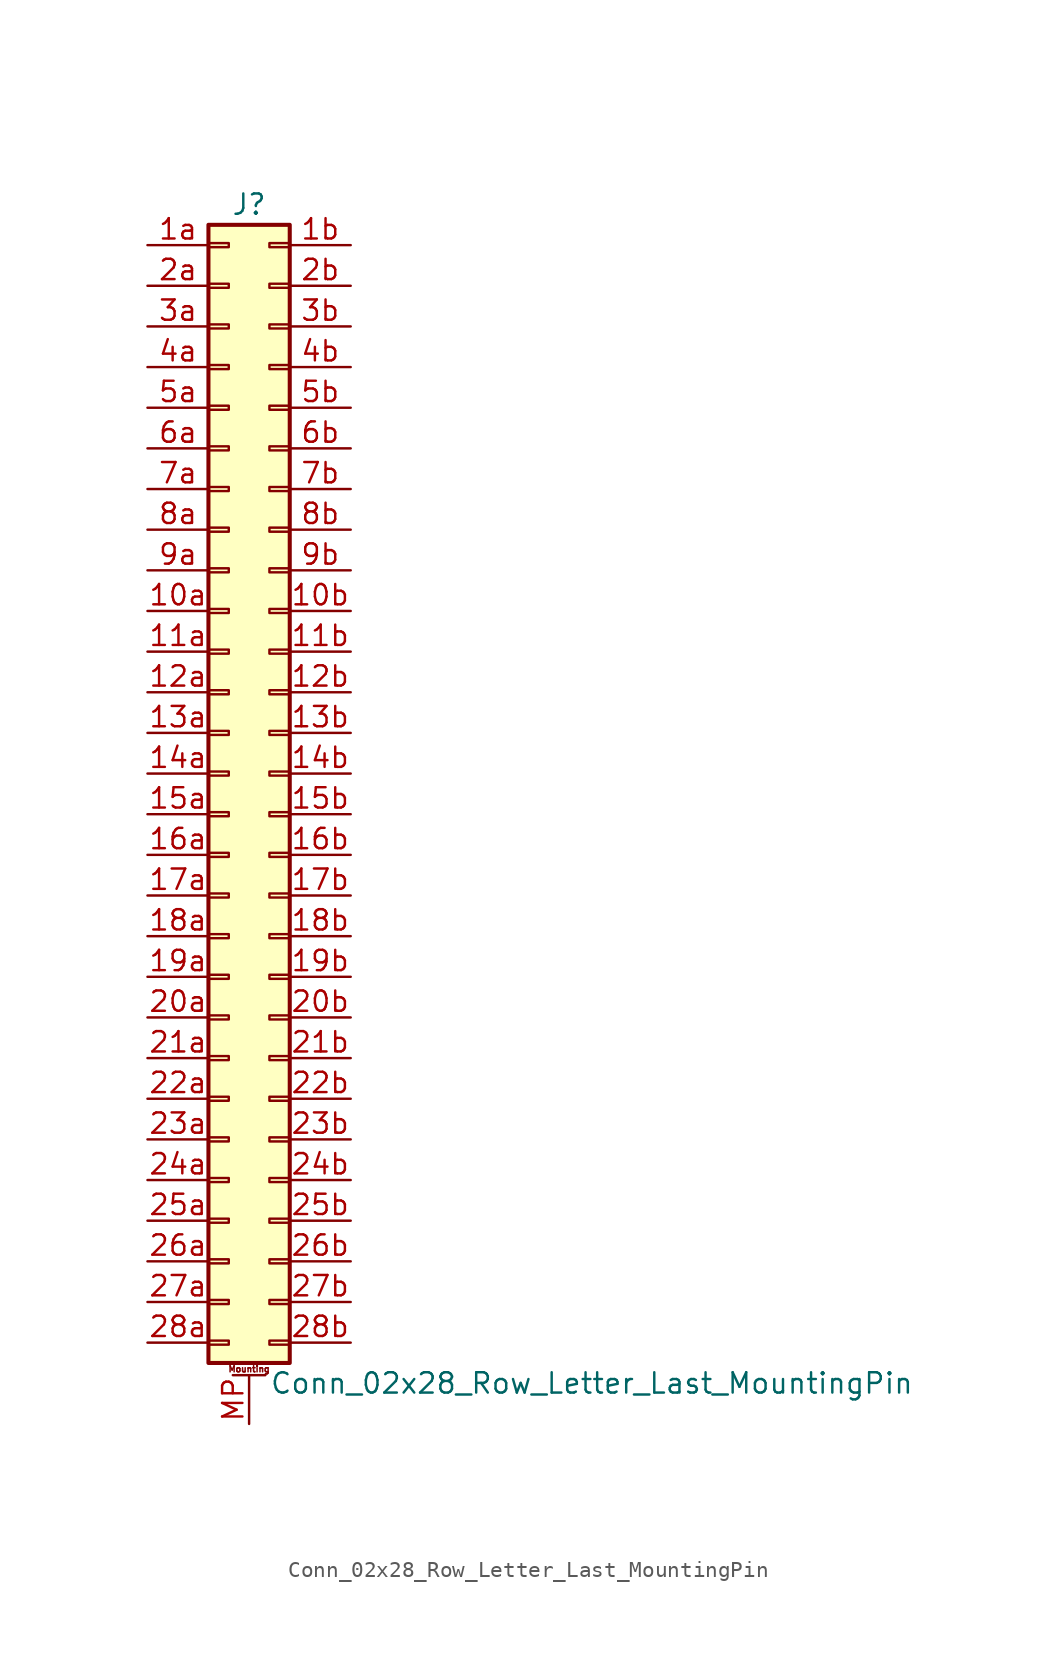
<source format=kicad_sym>
(kicad_symbol_lib
  (version 20201005)
  (generator kicad_symbol_editor)
  (symbol "Conn_02x28_Row_Letter_Last_MountingPin"
    (pin_names
      (offset 1.016) hide)
    (property "Reference" "J"
      (at 1.27 35.56 0)
      (effects (font (size 1.27 1.27))))
    (property "Value" "Conn_02x28_Row_Letter_Last_MountingPin"
      (at 2.54 -38.1 0)
      (effects (font (size 1.27 1.27)) (justify left)))
    (symbol "Conn_02x28_Row_Letter_Last_MountingPin_1_1"
      (text "Mounting" (at 1.27 -37.211 0) (effects (font (size 0.381 0.381))))
      (rectangle (start -1.27 -35.433) (end 0 -35.687) (stroke (width 0.152)) (fill (type none)))
      (rectangle (start -1.27 -32.893) (end 0 -33.147) (stroke (width 0.152)) (fill (type none)))
      (rectangle (start -1.27 -30.353) (end 0 -30.607) (stroke (width 0.152)) (fill (type none)))
      (rectangle (start -1.27 -27.813) (end 0 -28.067) (stroke (width 0.152)) (fill (type none)))
      (rectangle (start -1.27 -25.273) (end 0 -25.527) (stroke (width 0.152)) (fill (type none)))
      (rectangle (start -1.27 -22.733) (end 0 -22.987) (stroke (width 0.152)) (fill (type none)))
      (rectangle (start -1.27 -20.193) (end 0 -20.447) (stroke (width 0.152)) (fill (type none)))
      (rectangle (start -1.27 -17.653) (end 0 -17.907) (stroke (width 0.152)) (fill (type none)))
      (rectangle (start -1.27 -15.113) (end 0 -15.367) (stroke (width 0.152)) (fill (type none)))
      (rectangle (start -1.27 -12.573) (end 0 -12.827) (stroke (width 0.152)) (fill (type none)))
      (rectangle (start -1.27 -10.033) (end 0 -10.287) (stroke (width 0.152)) (fill (type none)))
      (rectangle (start -1.27 -7.493) (end 0 -7.747) (stroke (width 0.152)) (fill (type none)))
      (rectangle (start -1.27 -4.953) (end 0 -5.207) (stroke (width 0.152)) (fill (type none)))
      (rectangle (start -1.27 -2.413) (end 0 -2.667) (stroke (width 0.152)) (fill (type none)))
      (rectangle (start -1.27 0.127) (end 0 -0.127) (stroke (width 0.152)) (fill (type none)))
      (rectangle (start -1.27 2.667) (end 0 2.413) (stroke (width 0.152)) (fill (type none)))
      (rectangle (start -1.27 5.207) (end 0 4.953) (stroke (width 0.152)) (fill (type none)))
      (rectangle (start -1.27 7.747) (end 0 7.493) (stroke (width 0.152)) (fill (type none)))
      (rectangle (start -1.27 10.287) (end 0 10.033) (stroke (width 0.152)) (fill (type none)))
      (rectangle (start -1.27 12.827) (end 0 12.573) (stroke (width 0.152)) (fill (type none)))
      (rectangle (start -1.27 15.367) (end 0 15.113) (stroke (width 0.152)) (fill (type none)))
      (rectangle (start -1.27 17.907) (end 0 17.653) (stroke (width 0.152)) (fill (type none)))
      (rectangle (start -1.27 20.447) (end 0 20.193) (stroke (width 0.152)) (fill (type none)))
      (rectangle (start -1.27 22.987) (end 0 22.733) (stroke (width 0.152)) (fill (type none)))
      (rectangle (start -1.27 25.527) (end 0 25.273) (stroke (width 0.152)) (fill (type none)))
      (rectangle (start -1.27 28.067) (end 0 27.813) (stroke (width 0.152)) (fill (type none)))
      (rectangle (start -1.27 30.607) (end 0 30.353) (stroke (width 0.152)) (fill (type none)))
      (rectangle (start -1.27 33.147) (end 0 32.893) (stroke (width 0.152)) (fill (type none)))
      (rectangle (start 3.81 -35.433) (end 2.54 -35.687) (stroke (width 0.152)) (fill (type none)))
      (rectangle (start 3.81 -32.893) (end 2.54 -33.147) (stroke (width 0.152)) (fill (type none)))
      (rectangle (start 3.81 -30.353) (end 2.54 -30.607) (stroke (width 0.152)) (fill (type none)))
      (rectangle (start 3.81 -27.813) (end 2.54 -28.067) (stroke (width 0.152)) (fill (type none)))
      (rectangle (start 3.81 -25.273) (end 2.54 -25.527) (stroke (width 0.152)) (fill (type none)))
      (rectangle (start 3.81 -22.733) (end 2.54 -22.987) (stroke (width 0.152)) (fill (type none)))
      (rectangle (start 3.81 -20.193) (end 2.54 -20.447) (stroke (width 0.152)) (fill (type none)))
      (rectangle (start 3.81 -17.653) (end 2.54 -17.907) (stroke (width 0.152)) (fill (type none)))
      (rectangle (start 3.81 -15.113) (end 2.54 -15.367) (stroke (width 0.152)) (fill (type none)))
      (rectangle (start 3.81 -12.573) (end 2.54 -12.827) (stroke (width 0.152)) (fill (type none)))
      (rectangle (start 3.81 -10.033) (end 2.54 -10.287) (stroke (width 0.152)) (fill (type none)))
      (rectangle (start 3.81 -7.493) (end 2.54 -7.747) (stroke (width 0.152)) (fill (type none)))
      (rectangle (start 3.81 -4.953) (end 2.54 -5.207) (stroke (width 0.152)) (fill (type none)))
      (rectangle (start 3.81 -2.413) (end 2.54 -2.667) (stroke (width 0.152)) (fill (type none)))
      (rectangle (start 3.81 0.127) (end 2.54 -0.127) (stroke (width 0.152)) (fill (type none)))
      (rectangle (start 3.81 2.667) (end 2.54 2.413) (stroke (width 0.152)) (fill (type none)))
      (rectangle (start 3.81 5.207) (end 2.54 4.953) (stroke (width 0.152)) (fill (type none)))
      (rectangle (start 3.81 7.747) (end 2.54 7.493) (stroke (width 0.152)) (fill (type none)))
      (rectangle (start 3.81 10.287) (end 2.54 10.033) (stroke (width 0.152)) (fill (type none)))
      (rectangle (start 3.81 12.827) (end 2.54 12.573) (stroke (width 0.152)) (fill (type none)))
      (rectangle (start 3.81 15.367) (end 2.54 15.113) (stroke (width 0.152)) (fill (type none)))
      (rectangle (start 3.81 17.907) (end 2.54 17.653) (stroke (width 0.152)) (fill (type none)))
      (rectangle (start 3.81 20.447) (end 2.54 20.193) (stroke (width 0.152)) (fill (type none)))
      (rectangle (start 3.81 22.987) (end 2.54 22.733) (stroke (width 0.152)) (fill (type none)))
      (rectangle (start 3.81 25.527) (end 2.54 25.273) (stroke (width 0.152)) (fill (type none)))
      (rectangle (start 3.81 28.067) (end 2.54 27.813) (stroke (width 0.152)) (fill (type none)))
      (rectangle (start 3.81 30.607) (end 2.54 30.353) (stroke (width 0.152)) (fill (type none)))
      (rectangle (start 3.81 33.147) (end 2.54 32.893) (stroke (width 0.152)) (fill (type none)))
      (rectangle (start -1.27 34.29) (end 3.81 -36.83) (stroke (width 0.254)) (fill (type background)))
      (polyline (pts (xy 0.254 -37.592) (xy 2.286 -37.592)) (stroke (width 0.152)) (fill (type none)))
      (pin passive line (at -5.08 10.16 0) (length 3.81) (name "Pin_10a" (effects (font (size 1.27 1.27)))) (number "10a" (effects (font (size 1.27 1.27)))))
      (pin passive line (at 7.62 10.16 180) (length 3.81) (name "Pin_10b" (effects (font (size 1.27 1.27)))) (number "10b" (effects (font (size 1.27 1.27)))))
      (pin passive line (at -5.08 7.62 0) (length 3.81) (name "Pin_11a" (effects (font (size 1.27 1.27)))) (number "11a" (effects (font (size 1.27 1.27)))))
      (pin passive line (at 7.62 7.62 180) (length 3.81) (name "Pin_11b" (effects (font (size 1.27 1.27)))) (number "11b" (effects (font (size 1.27 1.27)))))
      (pin passive line (at -5.08 5.08 0) (length 3.81) (name "Pin_12a" (effects (font (size 1.27 1.27)))) (number "12a" (effects (font (size 1.27 1.27)))))
      (pin passive line (at 7.62 5.08 180) (length 3.81) (name "Pin_12b" (effects (font (size 1.27 1.27)))) (number "12b" (effects (font (size 1.27 1.27)))))
      (pin passive line (at -5.08 2.54 0) (length 3.81) (name "Pin_13a" (effects (font (size 1.27 1.27)))) (number "13a" (effects (font (size 1.27 1.27)))))
      (pin passive line (at 7.62 2.54 180) (length 3.81) (name "Pin_13b" (effects (font (size 1.27 1.27)))) (number "13b" (effects (font (size 1.27 1.27)))))
      (pin passive line (at -5.08 0 0) (length 3.81) (name "Pin_14a" (effects (font (size 1.27 1.27)))) (number "14a" (effects (font (size 1.27 1.27)))))
      (pin passive line (at 7.62 0 180) (length 3.81) (name "Pin_14b" (effects (font (size 1.27 1.27)))) (number "14b" (effects (font (size 1.27 1.27)))))
      (pin passive line (at -5.08 -2.54 0) (length 3.81) (name "Pin_15a" (effects (font (size 1.27 1.27)))) (number "15a" (effects (font (size 1.27 1.27)))))
      (pin passive line (at 7.62 -2.54 180) (length 3.81) (name "Pin_15b" (effects (font (size 1.27 1.27)))) (number "15b" (effects (font (size 1.27 1.27)))))
      (pin passive line (at -5.08 -5.08 0) (length 3.81) (name "Pin_16a" (effects (font (size 1.27 1.27)))) (number "16a" (effects (font (size 1.27 1.27)))))
      (pin passive line (at 7.62 -5.08 180) (length 3.81) (name "Pin_16b" (effects (font (size 1.27 1.27)))) (number "16b" (effects (font (size 1.27 1.27)))))
      (pin passive line (at -5.08 -7.62 0) (length 3.81) (name "Pin_17a" (effects (font (size 1.27 1.27)))) (number "17a" (effects (font (size 1.27 1.27)))))
      (pin passive line (at 7.62 -7.62 180) (length 3.81) (name "Pin_17b" (effects (font (size 1.27 1.27)))) (number "17b" (effects (font (size 1.27 1.27)))))
      (pin passive line (at -5.08 -10.16 0) (length 3.81) (name "Pin_18a" (effects (font (size 1.27 1.27)))) (number "18a" (effects (font (size 1.27 1.27)))))
      (pin passive line (at 7.62 -10.16 180) (length 3.81) (name "Pin_18b" (effects (font (size 1.27 1.27)))) (number "18b" (effects (font (size 1.27 1.27)))))
      (pin passive line (at -5.08 -12.7 0) (length 3.81) (name "Pin_19a" (effects (font (size 1.27 1.27)))) (number "19a" (effects (font (size 1.27 1.27)))))
      (pin passive line (at 7.62 -12.7 180) (length 3.81) (name "Pin_19b" (effects (font (size 1.27 1.27)))) (number "19b" (effects (font (size 1.27 1.27)))))
      (pin passive line (at -5.08 33.02 0) (length 3.81) (name "Pin_1a" (effects (font (size 1.27 1.27)))) (number "1a" (effects (font (size 1.27 1.27)))))
      (pin passive line (at 7.62 33.02 180) (length 3.81) (name "Pin_1b" (effects (font (size 1.27 1.27)))) (number "1b" (effects (font (size 1.27 1.27)))))
      (pin passive line (at -5.08 -15.24 0) (length 3.81) (name "Pin_20a" (effects (font (size 1.27 1.27)))) (number "20a" (effects (font (size 1.27 1.27)))))
      (pin passive line (at 7.62 -15.24 180) (length 3.81) (name "Pin_20b" (effects (font (size 1.27 1.27)))) (number "20b" (effects (font (size 1.27 1.27)))))
      (pin passive line (at -5.08 -17.78 0) (length 3.81) (name "Pin_21a" (effects (font (size 1.27 1.27)))) (number "21a" (effects (font (size 1.27 1.27)))))
      (pin passive line (at 7.62 -17.78 180) (length 3.81) (name "Pin_21b" (effects (font (size 1.27 1.27)))) (number "21b" (effects (font (size 1.27 1.27)))))
      (pin passive line (at -5.08 -20.32 0) (length 3.81) (name "Pin_22a" (effects (font (size 1.27 1.27)))) (number "22a" (effects (font (size 1.27 1.27)))))
      (pin passive line (at 7.62 -20.32 180) (length 3.81) (name "Pin_22b" (effects (font (size 1.27 1.27)))) (number "22b" (effects (font (size 1.27 1.27)))))
      (pin passive line (at -5.08 -22.86 0) (length 3.81) (name "Pin_23a" (effects (font (size 1.27 1.27)))) (number "23a" (effects (font (size 1.27 1.27)))))
      (pin passive line (at 7.62 -22.86 180) (length 3.81) (name "Pin_23b" (effects (font (size 1.27 1.27)))) (number "23b" (effects (font (size 1.27 1.27)))))
      (pin passive line (at -5.08 -25.4 0) (length 3.81) (name "Pin_24a" (effects (font (size 1.27 1.27)))) (number "24a" (effects (font (size 1.27 1.27)))))
      (pin passive line (at 7.62 -25.4 180) (length 3.81) (name "Pin_24b" (effects (font (size 1.27 1.27)))) (number "24b" (effects (font (size 1.27 1.27)))))
      (pin passive line (at -5.08 -27.94 0) (length 3.81) (name "Pin_25a" (effects (font (size 1.27 1.27)))) (number "25a" (effects (font (size 1.27 1.27)))))
      (pin passive line (at 7.62 -27.94 180) (length 3.81) (name "Pin_25b" (effects (font (size 1.27 1.27)))) (number "25b" (effects (font (size 1.27 1.27)))))
      (pin passive line (at -5.08 -30.48 0) (length 3.81) (name "Pin_26a" (effects (font (size 1.27 1.27)))) (number "26a" (effects (font (size 1.27 1.27)))))
      (pin passive line (at 7.62 -30.48 180) (length 3.81) (name "Pin_26b" (effects (font (size 1.27 1.27)))) (number "26b" (effects (font (size 1.27 1.27)))))
      (pin passive line (at -5.08 -33.02 0) (length 3.81) (name "Pin_27a" (effects (font (size 1.27 1.27)))) (number "27a" (effects (font (size 1.27 1.27)))))
      (pin passive line (at 7.62 -33.02 180) (length 3.81) (name "Pin_27b" (effects (font (size 1.27 1.27)))) (number "27b" (effects (font (size 1.27 1.27)))))
      (pin passive line (at -5.08 -35.56 0) (length 3.81) (name "Pin_28a" (effects (font (size 1.27 1.27)))) (number "28a" (effects (font (size 1.27 1.27)))))
      (pin passive line (at 7.62 -35.56 180) (length 3.81) (name "Pin_28b" (effects (font (size 1.27 1.27)))) (number "28b" (effects (font (size 1.27 1.27)))))
      (pin passive line (at -5.08 30.48 0) (length 3.81) (name "Pin_2a" (effects (font (size 1.27 1.27)))) (number "2a" (effects (font (size 1.27 1.27)))))
      (pin passive line (at 7.62 30.48 180) (length 3.81) (name "Pin_2b" (effects (font (size 1.27 1.27)))) (number "2b" (effects (font (size 1.27 1.27)))))
      (pin passive line (at -5.08 27.94 0) (length 3.81) (name "Pin_3a" (effects (font (size 1.27 1.27)))) (number "3a" (effects (font (size 1.27 1.27)))))
      (pin passive line (at 7.62 27.94 180) (length 3.81) (name "Pin_3b" (effects (font (size 1.27 1.27)))) (number "3b" (effects (font (size 1.27 1.27)))))
      (pin passive line (at -5.08 25.4 0) (length 3.81) (name "Pin_4a" (effects (font (size 1.27 1.27)))) (number "4a" (effects (font (size 1.27 1.27)))))
      (pin passive line (at 7.62 25.4 180) (length 3.81) (name "Pin_4b" (effects (font (size 1.27 1.27)))) (number "4b" (effects (font (size 1.27 1.27)))))
      (pin passive line (at -5.08 22.86 0) (length 3.81) (name "Pin_5a" (effects (font (size 1.27 1.27)))) (number "5a" (effects (font (size 1.27 1.27)))))
      (pin passive line (at 7.62 22.86 180) (length 3.81) (name "Pin_5b" (effects (font (size 1.27 1.27)))) (number "5b" (effects (font (size 1.27 1.27)))))
      (pin passive line (at -5.08 20.32 0) (length 3.81) (name "Pin_6a" (effects (font (size 1.27 1.27)))) (number "6a" (effects (font (size 1.27 1.27)))))
      (pin passive line (at 7.62 20.32 180) (length 3.81) (name "Pin_6b" (effects (font (size 1.27 1.27)))) (number "6b" (effects (font (size 1.27 1.27)))))
      (pin passive line (at -5.08 17.78 0) (length 3.81) (name "Pin_7a" (effects (font (size 1.27 1.27)))) (number "7a" (effects (font (size 1.27 1.27)))))
      (pin passive line (at 7.62 17.78 180) (length 3.81) (name "Pin_7b" (effects (font (size 1.27 1.27)))) (number "7b" (effects (font (size 1.27 1.27)))))
      (pin passive line (at -5.08 15.24 0) (length 3.81) (name "Pin_8a" (effects (font (size 1.27 1.27)))) (number "8a" (effects (font (size 1.27 1.27)))))
      (pin passive line (at 7.62 15.24 180) (length 3.81) (name "Pin_8b" (effects (font (size 1.27 1.27)))) (number "8b" (effects (font (size 1.27 1.27)))))
      (pin passive line (at -5.08 12.7 0) (length 3.81) (name "Pin_9a" (effects (font (size 1.27 1.27)))) (number "9a" (effects (font (size 1.27 1.27)))))
      (pin passive line (at 7.62 12.7 180) (length 3.81) (name "Pin_9b" (effects (font (size 1.27 1.27)))) (number "9b" (effects (font (size 1.27 1.27)))))
      (pin passive line (at 1.27 -40.64 90) (length 3.048) (name "MountPin" (effects (font (size 1.27 1.27)))) (number "MP" (effects (font (size 1.27 1.27))))))))
</source>
